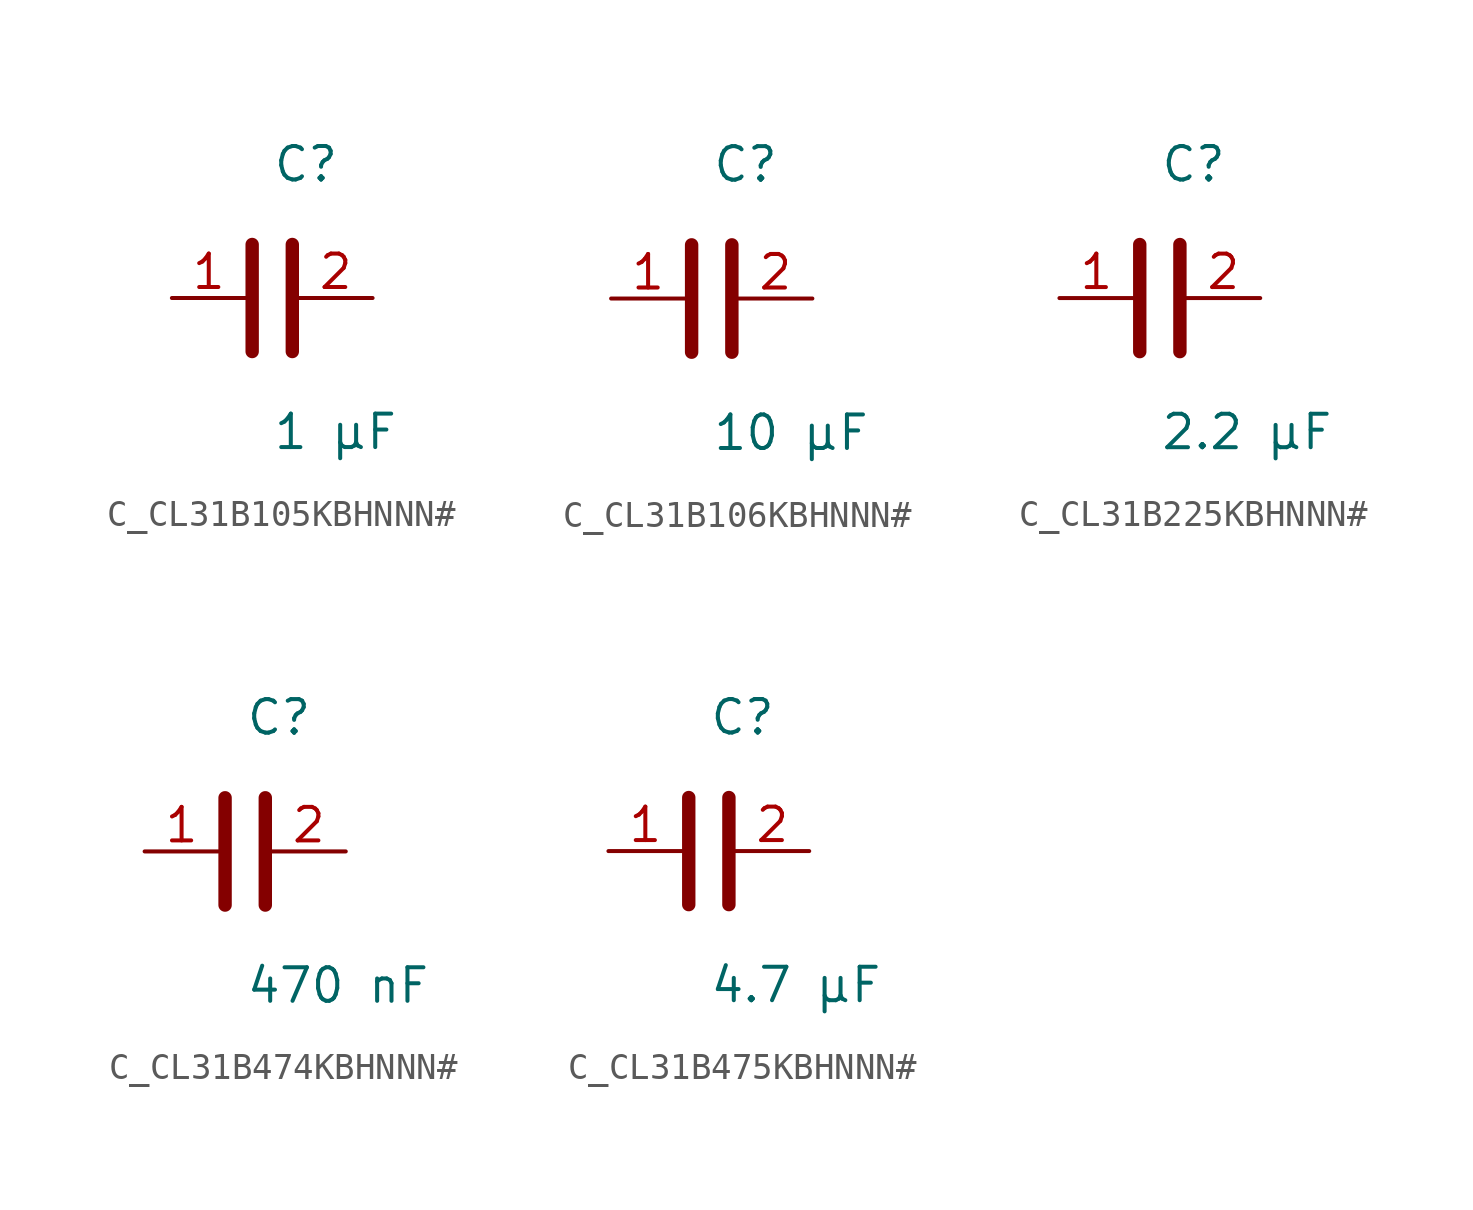
<source format=kicad_sym>
(kicad_symbol_lib
  (version 20231120)
  (generator kicad_symbol_editor)
  (generator_version 8.0)
  (symbol "C_CL31B105KBHNNN#"
    (pin_names
      (offset 0.254))
    (property "Reference" "C"
      (at 0 5.08 0)
      (effects (font (size 1.27 1.27)) (justify left)))
    (property "Value" "1 µF"
      (at 0 -5.08 0)
      (effects (font (size 1.27 1.27)) (justify left)))
    (symbol "C_CL31B105KBHNNN#_0_1"
      (polyline (pts (xy -0.762 -2.032) (xy -0.762 2.032)) (stroke (width 0.508) (type default)) (fill (type none)))
      (polyline (pts (xy 0.762 -2.032) (xy 0.762 2.032)) (stroke (width 0.508) (type default)) (fill (type none))))
    (pin unspecified line
      (at -3.81 0 0)
      (length 2.8)
      (name "" (effects (font (size 1.27 1.27))))
      (number "1" (effects (font (size 1.27 1.27)))))
    (pin unspecified line
      (at 3.81 0 180)
      (length 2.8)
      (name "" (effects (font (size 1.27 1.27))))
      (number "2" (effects (font (size 1.27 1.27))))))
  (symbol "C_CL31B106KBHNNN#"
    (pin_names
      (offset 0.254))
    (property "Reference" "C"
      (at 0 5.08 0)
      (effects (font (size 1.27 1.27)) (justify left)))
    (property "Value" "10 µF"
      (at 0 -5.08 0)
      (effects (font (size 1.27 1.27)) (justify left)))
    (symbol "C_CL31B106KBHNNN#_0_1"
      (polyline (pts (xy -0.762 -2.032) (xy -0.762 2.032)) (stroke (width 0.508) (type default)) (fill (type none)))
      (polyline (pts (xy 0.762 -2.032) (xy 0.762 2.032)) (stroke (width 0.508) (type default)) (fill (type none))))
    (pin unspecified line
      (at -3.81 0 0)
      (length 2.8)
      (name "" (effects (font (size 1.27 1.27))))
      (number "1" (effects (font (size 1.27 1.27)))))
    (pin unspecified line
      (at 3.81 0 180)
      (length 2.8)
      (name "" (effects (font (size 1.27 1.27))))
      (number "2" (effects (font (size 1.27 1.27))))))
  (symbol "C_CL31B225KBHNNN#"
    (pin_names
      (offset 0.254))
    (property "Reference" "C"
      (at 0 5.08 0)
      (effects (font (size 1.27 1.27)) (justify left)))
    (property "Value" "2.2 µF"
      (at 0 -5.08 0)
      (effects (font (size 1.27 1.27)) (justify left)))
    (symbol "C_CL31B225KBHNNN#_0_1"
      (polyline (pts (xy -0.762 -2.032) (xy -0.762 2.032)) (stroke (width 0.508) (type default)) (fill (type none)))
      (polyline (pts (xy 0.762 -2.032) (xy 0.762 2.032)) (stroke (width 0.508) (type default)) (fill (type none))))
    (pin unspecified line
      (at -3.81 0 0)
      (length 2.8)
      (name "" (effects (font (size 1.27 1.27))))
      (number "1" (effects (font (size 1.27 1.27)))))
    (pin unspecified line
      (at 3.81 0 180)
      (length 2.8)
      (name "" (effects (font (size 1.27 1.27))))
      (number "2" (effects (font (size 1.27 1.27))))))
  (symbol "C_CL31B474KBHNNN#"
    (pin_names
      (offset 0.254))
    (property "Reference" "C"
      (at 0 5.08 0)
      (effects (font (size 1.27 1.27)) (justify left)))
    (property "Value" "470 nF"
      (at 0 -5.08 0)
      (effects (font (size 1.27 1.27)) (justify left)))
    (symbol "C_CL31B474KBHNNN#_0_1"
      (polyline (pts (xy -0.762 -2.032) (xy -0.762 2.032)) (stroke (width 0.508) (type default)) (fill (type none)))
      (polyline (pts (xy 0.762 -2.032) (xy 0.762 2.032)) (stroke (width 0.508) (type default)) (fill (type none))))
    (pin unspecified line
      (at -3.81 0 0)
      (length 2.8)
      (name "" (effects (font (size 1.27 1.27))))
      (number "1" (effects (font (size 1.27 1.27)))))
    (pin unspecified line
      (at 3.81 0 180)
      (length 2.8)
      (name "" (effects (font (size 1.27 1.27))))
      (number "2" (effects (font (size 1.27 1.27))))))
  (symbol "C_CL31B475KBHNNN#"
    (pin_names
      (offset 0.254))
    (property "Reference" "C"
      (at 0 5.08 0)
      (effects (font (size 1.27 1.27)) (justify left)))
    (property "Value" "4.7 µF"
      (at 0 -5.08 0)
      (effects (font (size 1.27 1.27)) (justify left)))
    (symbol "C_CL31B475KBHNNN#_0_1"
      (polyline (pts (xy -0.762 -2.032) (xy -0.762 2.032)) (stroke (width 0.508) (type default)) (fill (type none)))
      (polyline (pts (xy 0.762 -2.032) (xy 0.762 2.032)) (stroke (width 0.508) (type default)) (fill (type none))))
    (pin unspecified line
      (at -3.81 0 0)
      (length 2.8)
      (name "" (effects (font (size 1.27 1.27))))
      (number "1" (effects (font (size 1.27 1.27)))))
    (pin unspecified line
      (at 3.81 0 180)
      (length 2.8)
      (name "" (effects (font (size 1.27 1.27))))
      (number "2" (effects (font (size 1.27 1.27)))))))
</source>
